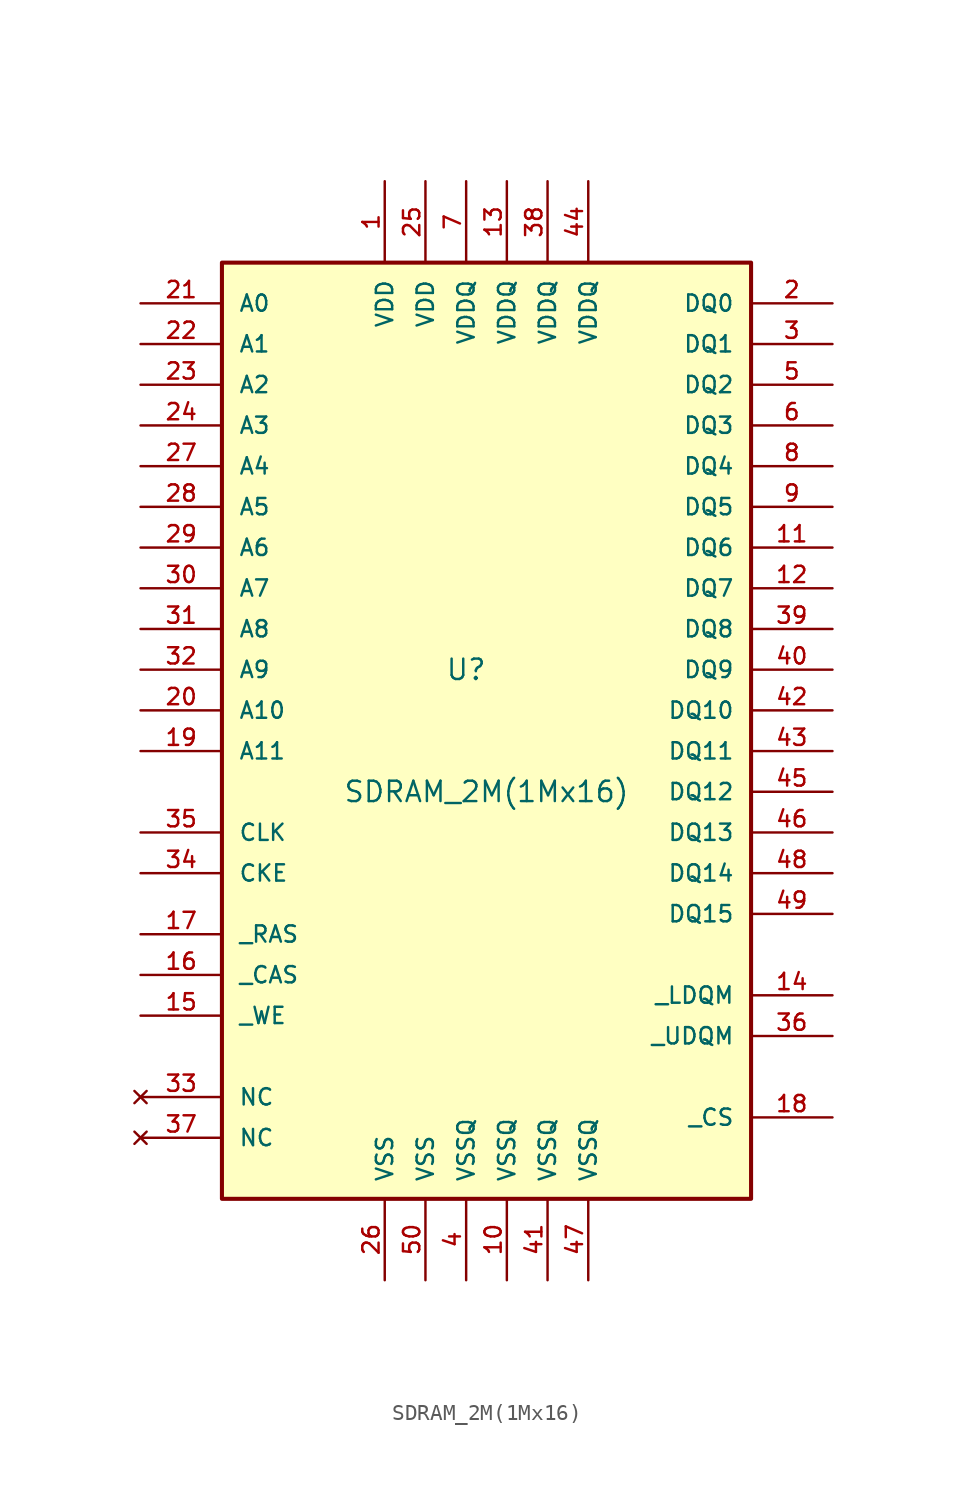
<source format=kicad_sym>
(kicad_symbol_lib
  (version 20220914)
  (generator kicad_symbol_editor)
  (symbol "SDRAM_2M(1Mx16)"
    (pin_names
      (offset 1.016))
    (property "Reference" "U"
      (at -1.27 3.81 0)
      (effects (font (size 1.27 1.27))))
    (property "Value" "SDRAM_2M(1Mx16)"
      (at 0 -3.81 0)
      (effects (font (size 1.27 1.27))))
    (symbol "SDRAM_2M(1Mx16)_0_0"
      (pin power_in line (at -6.35 34.29 270) (length 5.08) (name "VDD" (effects (font (size 1.016 1.016)))) (number "1" (effects (font (size 1.016 1.016))))))
    (symbol "SDRAM_2M(1Mx16)_0_1"
      (rectangle (start -16.51 29.21) (end 16.51 -29.21) (stroke (width 0.254) (type default)) (fill (type background))))
    (symbol "SDRAM_2M(1Mx16)_1_0"
      (pin input line (at -21.59 -17.78 0) (length 5.08) (name "_WE" (effects (font (size 1.016 1.016)))) (number "15" (effects (font (size 1.016 1.016))))))
    (symbol "SDRAM_2M(1Mx16)_1_1"
      (pin power_in line (at 1.27 -34.29 90) (length 5.08) (name "VSSQ" (effects (font (size 1.016 1.016)))) (number "10" (effects (font (size 1.016 1.016)))))
      (pin bidirectional line (at 21.59 11.43 180) (length 5.08) (name "DQ6" (effects (font (size 1.016 1.016)))) (number "11" (effects (font (size 1.016 1.016)))))
      (pin bidirectional line (at 21.59 8.89 180) (length 5.08) (name "DQ7" (effects (font (size 1.016 1.016)))) (number "12" (effects (font (size 1.016 1.016)))))
      (pin power_in line (at 1.27 34.29 270) (length 5.08) (name "VDDQ" (effects (font (size 1.016 1.016)))) (number "13" (effects (font (size 1.016 1.016)))))
      (pin input line (at 21.59 -16.51 180) (length 5.08) (name "_LDQM" (effects (font (size 1.016 1.016)))) (number "14" (effects (font (size 1.016 1.016)))))
      (pin input line (at -21.59 -15.24 0) (length 5.08) (name "_CAS" (effects (font (size 1.016 1.016)))) (number "16" (effects (font (size 1.016 1.016)))))
      (pin input line (at -21.59 -12.7 0) (length 5.08) (name "_RAS" (effects (font (size 1.016 1.016)))) (number "17" (effects (font (size 1.016 1.016)))))
      (pin input line (at 21.59 -24.13 180) (length 5.08) (name "_CS" (effects (font (size 1.016 1.016)))) (number "18" (effects (font (size 1.016 1.016)))))
      (pin input line (at -21.59 -1.27 0) (length 5.08) (name "A11" (effects (font (size 1.016 1.016)))) (number "19" (effects (font (size 1.016 1.016)))))
      (pin bidirectional line (at 21.59 26.67 180) (length 5.08) (name "DQ0" (effects (font (size 1.016 1.016)))) (number "2" (effects (font (size 1.016 1.016)))))
      (pin input line (at -21.59 1.27 0) (length 5.08) (name "A10" (effects (font (size 1.016 1.016)))) (number "20" (effects (font (size 1.016 1.016)))))
      (pin input line (at -21.59 26.67 0) (length 5.08) (name "A0" (effects (font (size 1.016 1.016)))) (number "21" (effects (font (size 1.016 1.016)))))
      (pin input line (at -21.59 24.13 0) (length 5.08) (name "A1" (effects (font (size 1.016 1.016)))) (number "22" (effects (font (size 1.016 1.016)))))
      (pin input line (at -21.59 21.59 0) (length 5.08) (name "A2" (effects (font (size 1.016 1.016)))) (number "23" (effects (font (size 1.016 1.016)))))
      (pin input line (at -21.59 19.05 0) (length 5.08) (name "A3" (effects (font (size 1.016 1.016)))) (number "24" (effects (font (size 1.016 1.016)))))
      (pin power_in line (at -3.81 34.29 270) (length 5.08) (name "VDD" (effects (font (size 1.016 1.016)))) (number "25" (effects (font (size 1.016 1.016)))))
      (pin power_in line (at -6.35 -34.29 90) (length 5.08) (name "VSS" (effects (font (size 1.016 1.016)))) (number "26" (effects (font (size 1.016 1.016)))))
      (pin input line (at -21.59 16.51 0) (length 5.08) (name "A4" (effects (font (size 1.016 1.016)))) (number "27" (effects (font (size 1.016 1.016)))))
      (pin input line (at -21.59 13.97 0) (length 5.08) (name "A5" (effects (font (size 1.016 1.016)))) (number "28" (effects (font (size 1.016 1.016)))))
      (pin input line (at -21.59 11.43 0) (length 5.08) (name "A6" (effects (font (size 1.016 1.016)))) (number "29" (effects (font (size 1.016 1.016)))))
      (pin bidirectional line (at 21.59 24.13 180) (length 5.08) (name "DQ1" (effects (font (size 1.016 1.016)))) (number "3" (effects (font (size 1.016 1.016)))))
      (pin input line (at -21.59 8.89 0) (length 5.08) (name "A7" (effects (font (size 1.016 1.016)))) (number "30" (effects (font (size 1.016 1.016)))))
      (pin input line (at -21.59 6.35 0) (length 5.08) (name "A8" (effects (font (size 1.016 1.016)))) (number "31" (effects (font (size 1.016 1.016)))))
      (pin input line (at -21.59 3.81 0) (length 5.08) (name "A9" (effects (font (size 1.016 1.016)))) (number "32" (effects (font (size 1.016 1.016)))))
      (pin no_connect line (at -21.59 -22.86 0) (length 5.08) (name "NC" (effects (font (size 1.016 1.016)))) (number "33" (effects (font (size 1.016 1.016)))))
      (pin input line (at -21.59 -8.89 0) (length 5.08) (name "CKE" (effects (font (size 1.016 1.016)))) (number "34" (effects (font (size 1.016 1.016)))))
      (pin input line (at -21.59 -6.35 0) (length 5.08) (name "CLK" (effects (font (size 1.016 1.016)))) (number "35" (effects (font (size 1.016 1.016)))))
      (pin input line (at 21.59 -19.05 180) (length 5.08) (name "_UDQM" (effects (font (size 1.016 1.016)))) (number "36" (effects (font (size 1.016 1.016)))))
      (pin no_connect line (at -21.59 -25.4 0) (length 5.08) (name "NC" (effects (font (size 1.016 1.016)))) (number "37" (effects (font (size 1.016 1.016)))))
      (pin power_in line (at 3.81 34.29 270) (length 5.08) (name "VDDQ" (effects (font (size 1.016 1.016)))) (number "38" (effects (font (size 1.016 1.016)))))
      (pin bidirectional line (at 21.59 6.35 180) (length 5.08) (name "DQ8" (effects (font (size 1.016 1.016)))) (number "39" (effects (font (size 1.016 1.016)))))
      (pin power_in line (at -1.27 -34.29 90) (length 5.08) (name "VSSQ" (effects (font (size 1.016 1.016)))) (number "4" (effects (font (size 1.016 1.016)))))
      (pin bidirectional line (at 21.59 3.81 180) (length 5.08) (name "DQ9" (effects (font (size 1.016 1.016)))) (number "40" (effects (font (size 1.016 1.016)))))
      (pin power_in line (at 3.81 -34.29 90) (length 5.08) (name "VSSQ" (effects (font (size 1.016 1.016)))) (number "41" (effects (font (size 1.016 1.016)))))
      (pin bidirectional line (at 21.59 1.27 180) (length 5.08) (name "DQ10" (effects (font (size 1.016 1.016)))) (number "42" (effects (font (size 1.016 1.016)))))
      (pin bidirectional line (at 21.59 -1.27 180) (length 5.08) (name "DQ11" (effects (font (size 1.016 1.016)))) (number "43" (effects (font (size 1.016 1.016)))))
      (pin power_in line (at 6.35 34.29 270) (length 5.08) (name "VDDQ" (effects (font (size 1.016 1.016)))) (number "44" (effects (font (size 1.016 1.016)))))
      (pin bidirectional line (at 21.59 -3.81 180) (length 5.08) (name "DQ12" (effects (font (size 1.016 1.016)))) (number "45" (effects (font (size 1.016 1.016)))))
      (pin bidirectional line (at 21.59 -6.35 180) (length 5.08) (name "DQ13" (effects (font (size 1.016 1.016)))) (number "46" (effects (font (size 1.016 1.016)))))
      (pin power_in line (at 6.35 -34.29 90) (length 5.08) (name "VSSQ" (effects (font (size 1.016 1.016)))) (number "47" (effects (font (size 1.016 1.016)))))
      (pin bidirectional line (at 21.59 -8.89 180) (length 5.08) (name "DQ14" (effects (font (size 1.016 1.016)))) (number "48" (effects (font (size 1.016 1.016)))))
      (pin bidirectional line (at 21.59 -11.43 180) (length 5.08) (name "DQ15" (effects (font (size 1.016 1.016)))) (number "49" (effects (font (size 1.016 1.016)))))
      (pin bidirectional line (at 21.59 21.59 180) (length 5.08) (name "DQ2" (effects (font (size 1.016 1.016)))) (number "5" (effects (font (size 1.016 1.016)))))
      (pin power_in line (at -3.81 -34.29 90) (length 5.08) (name "VSS" (effects (font (size 1.016 1.016)))) (number "50" (effects (font (size 1.016 1.016)))))
      (pin bidirectional line (at 21.59 19.05 180) (length 5.08) (name "DQ3" (effects (font (size 1.016 1.016)))) (number "6" (effects (font (size 1.016 1.016)))))
      (pin power_in line (at -1.27 34.29 270) (length 5.08) (name "VDDQ" (effects (font (size 1.016 1.016)))) (number "7" (effects (font (size 1.016 1.016)))))
      (pin bidirectional line (at 21.59 16.51 180) (length 5.08) (name "DQ4" (effects (font (size 1.016 1.016)))) (number "8" (effects (font (size 1.016 1.016)))))
      (pin bidirectional line (at 21.59 13.97 180) (length 5.08) (name "DQ5" (effects (font (size 1.016 1.016)))) (number "9" (effects (font (size 1.016 1.016))))))))
</source>
